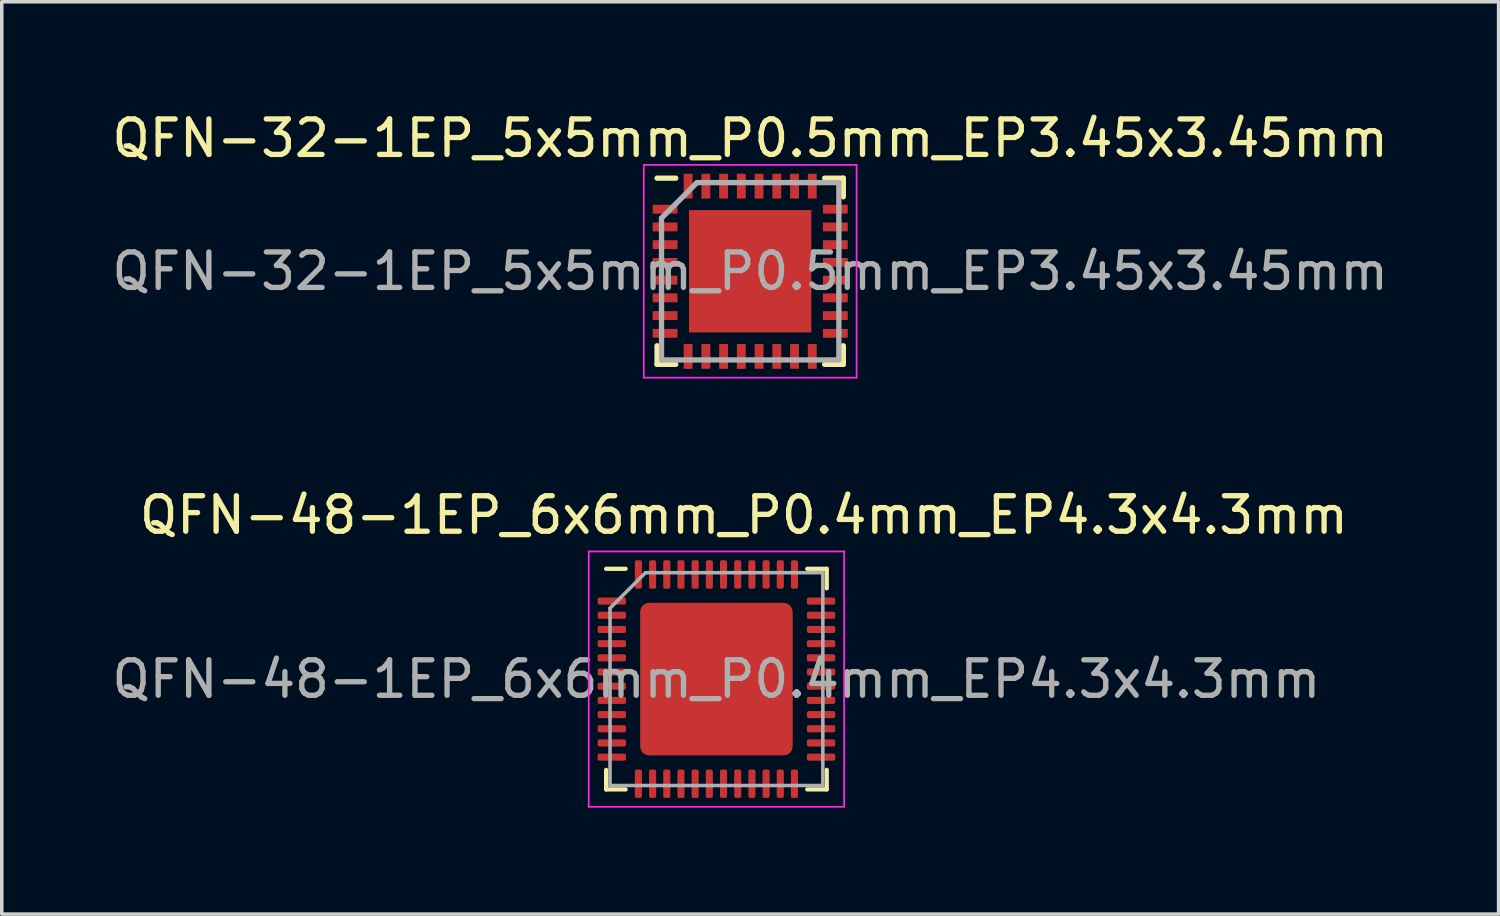
<source format=kicad_pcb>
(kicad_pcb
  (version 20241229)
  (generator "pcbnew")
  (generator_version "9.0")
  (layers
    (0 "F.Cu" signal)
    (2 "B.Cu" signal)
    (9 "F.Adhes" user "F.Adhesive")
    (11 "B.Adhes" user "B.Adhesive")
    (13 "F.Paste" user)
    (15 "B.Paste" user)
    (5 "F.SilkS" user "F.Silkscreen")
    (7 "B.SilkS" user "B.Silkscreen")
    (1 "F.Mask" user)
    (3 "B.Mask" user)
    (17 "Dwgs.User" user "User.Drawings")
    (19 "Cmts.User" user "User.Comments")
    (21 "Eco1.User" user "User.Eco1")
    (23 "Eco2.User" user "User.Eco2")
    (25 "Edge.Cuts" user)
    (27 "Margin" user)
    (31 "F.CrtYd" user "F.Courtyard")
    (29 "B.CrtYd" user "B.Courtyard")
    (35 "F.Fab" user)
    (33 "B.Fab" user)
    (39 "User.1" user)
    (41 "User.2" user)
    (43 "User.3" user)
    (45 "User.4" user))
  (footprint "QFN-32-1EP_5x5mm_P0.5mm_EP3.45x3.45mm"
    (layer "F.Cu")
    (at 18.101 4.598)
    (property "Reference" "QFN-32-1EP_5x5mm_P0.5mm_EP3.45x3.45mm" (at 0 -3.75 0) (layer "F.SilkS") (effects (font (size 1 1) (thickness 0.15))))
    (attr smd)
    (fp_line (start -2.625 -2.625) (end -2.1 -2.625) (stroke (width 0.15) (type solid)) (layer "F.SilkS"))
    (fp_line (start -2.625 2.625) (end -2.625 2.1) (stroke (width 0.15) (type solid)) (layer "F.SilkS"))
    (fp_line (start -2.625 2.625) (end -2.1 2.625) (stroke (width 0.15) (type solid)) (layer "F.SilkS"))
    (fp_line (start 2.625 -2.625) (end 2.1 -2.625) (stroke (width 0.15) (type solid)) (layer "F.SilkS"))
    (fp_line (start 2.625 -2.625) (end 2.625 -2.1) (stroke (width 0.15) (type solid)) (layer "F.SilkS"))
    (fp_line (start 2.625 2.625) (end 2.1 2.625) (stroke (width 0.15) (type solid)) (layer "F.SilkS"))
    (fp_line (start 2.625 2.625) (end 2.625 2.1) (stroke (width 0.15) (type solid)) (layer "F.SilkS"))
    (fp_line (start -3 -3) (end -3 3) (stroke (width 0.05) (type solid)) (layer "F.CrtYd"))
    (fp_line (start -3 -3) (end 3 -3) (stroke (width 0.05) (type solid)) (layer "F.CrtYd"))
    (fp_line (start -3 3) (end 3 3) (stroke (width 0.05) (type solid)) (layer "F.CrtYd"))
    (fp_line (start 3 -3) (end 3 3) (stroke (width 0.05) (type solid)) (layer "F.CrtYd"))
    (fp_line (start -2.5 -1.5) (end -1.5 -2.5) (stroke (width 0.15) (type solid)) (layer "F.Fab"))
    (fp_line (start -2.5 2.5) (end -2.5 -1.5) (stroke (width 0.15) (type solid)) (layer "F.Fab"))
    (fp_line (start -1.5 -2.5) (end 2.5 -2.5) (stroke (width 0.15) (type solid)) (layer "F.Fab"))
    (fp_line (start 2.5 -2.5) (end 2.5 2.5) (stroke (width 0.15) (type solid)) (layer "F.Fab"))
    (fp_line (start 2.5 2.5) (end -2.5 2.5) (stroke (width 0.15) (type solid)) (layer "F.Fab"))
    (fp_text user "${REFERENCE}" (at 0 0 0) (layer "F.Fab") (effects (font (size 1 1) (thickness 0.15))))
    (pad "" smd rect (at -1.15 -1.15) (size 0.92 0.92) (layers "F.Paste"))
    (pad "" smd rect (at -1.15 0) (size 0.92 0.92) (layers "F.Paste"))
    (pad "" smd rect (at -1.15 1.15) (size 0.92 0.92) (layers "F.Paste"))
    (pad "" smd rect (at 0 -1.15) (size 0.92 0.92) (layers "F.Paste"))
    (pad "" smd rect (at 0 0) (size 0.92 0.92) (layers "F.Paste"))
    (pad "" smd rect (at 0 1.15) (size 0.92 0.92) (layers "F.Paste"))
    (pad "" smd rect (at 1.15 -1.15) (size 0.92 0.92) (layers "F.Paste"))
    (pad "" smd rect (at 1.15 0) (size 0.92 0.92) (layers "F.Paste"))
    (pad "" smd rect (at 1.15 1.15) (size 0.92 0.92) (layers "F.Paste"))
    (pad "1" smd rect (at -2.4 -1.75) (size 0.7 0.25) (layers "F.Cu" "F.Mask" "F.Paste"))
    (pad "2" smd rect (at -2.4 -1.25) (size 0.7 0.25) (layers "F.Cu" "F.Mask" "F.Paste"))
    (pad "3" smd rect (at -2.4 -0.75) (size 0.7 0.25) (layers "F.Cu" "F.Mask" "F.Paste"))
    (pad "4" smd rect (at -2.4 -0.25) (size 0.7 0.25) (layers "F.Cu" "F.Mask" "F.Paste"))
    (pad "5" smd rect (at -2.4 0.25) (size 0.7 0.25) (layers "F.Cu" "F.Mask" "F.Paste"))
    (pad "6" smd rect (at -2.4 0.75) (size 0.7 0.25) (layers "F.Cu" "F.Mask" "F.Paste"))
    (pad "7" smd rect (at -2.4 1.25) (size 0.7 0.25) (layers "F.Cu" "F.Mask" "F.Paste"))
    (pad "8" smd rect (at -2.4 1.75) (size 0.7 0.25) (layers "F.Cu" "F.Mask" "F.Paste"))
    (pad "9" smd rect (at -1.75 2.4 90) (size 0.7 0.25) (layers "F.Cu" "F.Mask" "F.Paste"))
    (pad "10" smd rect (at -1.25 2.4 90) (size 0.7 0.25) (layers "F.Cu" "F.Mask" "F.Paste"))
    (pad "11" smd rect (at -0.75 2.4 90) (size 0.7 0.25) (layers "F.Cu" "F.Mask" "F.Paste"))
    (pad "12" smd rect (at -0.25 2.4 90) (size 0.7 0.25) (layers "F.Cu" "F.Mask" "F.Paste"))
    (pad "13" smd rect (at 0.25 2.4 90) (size 0.7 0.25) (layers "F.Cu" "F.Mask" "F.Paste"))
    (pad "14" smd rect (at 0.75 2.4 90) (size 0.7 0.25) (layers "F.Cu" "F.Mask" "F.Paste"))
    (pad "15" smd rect (at 1.25 2.4 90) (size 0.7 0.25) (layers "F.Cu" "F.Mask" "F.Paste"))
    (pad "16" smd rect (at 1.75 2.4 90) (size 0.7 0.25) (layers "F.Cu" "F.Mask" "F.Paste"))
    (pad "17" smd rect (at 2.4 1.75) (size 0.7 0.25) (layers "F.Cu" "F.Mask" "F.Paste"))
    (pad "18" smd rect (at 2.4 1.25) (size 0.7 0.25) (layers "F.Cu" "F.Mask" "F.Paste"))
    (pad "19" smd rect (at 2.4 0.75) (size 0.7 0.25) (layers "F.Cu" "F.Mask" "F.Paste"))
    (pad "20" smd rect (at 2.4 0.25) (size 0.7 0.25) (layers "F.Cu" "F.Mask" "F.Paste"))
    (pad "21" smd rect (at 2.4 -0.25) (size 0.7 0.25) (layers "F.Cu" "F.Mask" "F.Paste"))
    (pad "22" smd rect (at 2.4 -0.75) (size 0.7 0.25) (layers "F.Cu" "F.Mask" "F.Paste"))
    (pad "23" smd rect (at 2.4 -1.25) (size 0.7 0.25) (layers "F.Cu" "F.Mask" "F.Paste"))
    (pad "24" smd rect (at 2.4 -1.75) (size 0.7 0.25) (layers "F.Cu" "F.Mask" "F.Paste"))
    (pad "25" smd rect (at 1.75 -2.4 90) (size 0.7 0.25) (layers "F.Cu" "F.Mask" "F.Paste"))
    (pad "26" smd rect (at 1.25 -2.4 90) (size 0.7 0.25) (layers "F.Cu" "F.Mask" "F.Paste"))
    (pad "27" smd rect (at 0.75 -2.4 90) (size 0.7 0.25) (layers "F.Cu" "F.Mask" "F.Paste"))
    (pad "28" smd rect (at 0.25 -2.4 90) (size 0.7 0.25) (layers "F.Cu" "F.Mask" "F.Paste"))
    (pad "29" smd rect (at -0.25 -2.4 90) (size 0.7 0.25) (layers "F.Cu" "F.Mask" "F.Paste"))
    (pad "30" smd rect (at -0.75 -2.4 90) (size 0.7 0.25) (layers "F.Cu" "F.Mask" "F.Paste"))
    (pad "31" smd rect (at -1.25 -2.4 90) (size 0.7 0.25) (layers "F.Cu" "F.Mask" "F.Paste"))
    (pad "32" smd rect (at -1.75 -2.4 90) (size 0.7 0.25) (layers "F.Cu" "F.Mask" "F.Paste"))
    (pad "33" smd rect (at 0 0) (size 3.45 3.45) (layers "F.Cu" "F.Mask")))
  (footprint "QFN-48-1EP_6x6mm_P0.4mm_EP4.3x4.3mm"
    (layer "F.Cu")
    (at 17.149 16.097)
    (property "Reference" "QFN-48-1EP_6x6mm_P0.4mm_EP4.3x4.3mm" (at 0.775 -4.625 0) (layer "F.SilkS") (effects (font (size 1 1) (thickness 0.15))))
    (attr smd)
    (fp_line (start -3.11 3.11) (end -3.11 2.56) (stroke (width 0.12) (type solid)) (layer "F.SilkS"))
    (fp_line (start -2.56 -3.11) (end -3.11 -3.11) (stroke (width 0.12) (type solid)) (layer "F.SilkS"))
    (fp_line (start -2.56 3.11) (end -3.11 3.11) (stroke (width 0.12) (type solid)) (layer "F.SilkS"))
    (fp_line (start 2.56 -3.11) (end 3.11 -3.11) (stroke (width 0.12) (type solid)) (layer "F.SilkS"))
    (fp_line (start 2.56 3.11) (end 3.11 3.11) (stroke (width 0.12) (type solid)) (layer "F.SilkS"))
    (fp_line (start 3.11 -3.11) (end 3.11 -2.56) (stroke (width 0.12) (type solid)) (layer "F.SilkS"))
    (fp_line (start 3.11 3.11) (end 3.11 2.56) (stroke (width 0.12) (type solid)) (layer "F.SilkS"))
    (fp_line (start -3.6 -3.6) (end -3.6 3.6) (stroke (width 0.05) (type solid)) (layer "F.CrtYd"))
    (fp_line (start -3.6 3.6) (end 3.6 3.6) (stroke (width 0.05) (type solid)) (layer "F.CrtYd"))
    (fp_line (start 3.6 -3.6) (end -3.6 -3.6) (stroke (width 0.05) (type solid)) (layer "F.CrtYd"))
    (fp_line (start 3.6 3.6) (end 3.6 -3.6) (stroke (width 0.05) (type solid)) (layer "F.CrtYd"))
    (fp_line (start -3 -2) (end -2 -3) (stroke (width 0.1) (type solid)) (layer "F.Fab"))
    (fp_line (start -3 3) (end -3 -2) (stroke (width 0.1) (type solid)) (layer "F.Fab"))
    (fp_line (start -2 -3) (end 3 -3) (stroke (width 0.1) (type solid)) (layer "F.Fab"))
    (fp_line (start 3 -3) (end 3 3) (stroke (width 0.1) (type solid)) (layer "F.Fab"))
    (fp_line (start 3 3) (end -3 3) (stroke (width 0.1) (type solid)) (layer "F.Fab"))
    (fp_text user "${REFERENCE}" (at 0 0 0) (layer "F.Fab") (effects (font (size 1 1) (thickness 0.15))))
    (pad "" smd roundrect (at -1.43 -1.43) (size 1.16 1.16) (layers "F.Paste") (roundrect_rratio 0.216))
    (pad "" smd roundrect (at -1.43 0) (size 1.16 1.16) (layers "F.Paste") (roundrect_rratio 0.216))
    (pad "" smd roundrect (at -1.43 1.43) (size 1.16 1.16) (layers "F.Paste") (roundrect_rratio 0.216))
    (pad "" smd roundrect (at 0 -1.43) (size 1.16 1.16) (layers "F.Paste") (roundrect_rratio 0.216))
    (pad "" smd roundrect (at 0 0) (size 1.16 1.16) (layers "F.Paste") (roundrect_rratio 0.216))
    (pad "" smd roundrect (at 0 1.43) (size 1.16 1.16) (layers "F.Paste") (roundrect_rratio 0.216))
    (pad "" smd roundrect (at 1.43 -1.43) (size 1.16 1.16) (layers "F.Paste") (roundrect_rratio 0.216))
    (pad "" smd roundrect (at 1.43 0) (size 1.16 1.16) (layers "F.Paste") (roundrect_rratio 0.216))
    (pad "" smd roundrect (at 1.43 1.43) (size 1.16 1.16) (layers "F.Paste") (roundrect_rratio 0.216))
    (pad "1" smd roundrect (at -2.95 -2.2) (size 0.8 0.2) (layers "F.Cu" "F.Mask" "F.Paste") (roundrect_rratio 0.25))
    (pad "2" smd roundrect (at -2.95 -1.8) (size 0.8 0.2) (layers "F.Cu" "F.Mask" "F.Paste") (roundrect_rratio 0.25))
    (pad "3" smd roundrect (at -2.95 -1.4) (size 0.8 0.2) (layers "F.Cu" "F.Mask" "F.Paste") (roundrect_rratio 0.25))
    (pad "4" smd roundrect (at -2.95 -1) (size 0.8 0.2) (layers "F.Cu" "F.Mask" "F.Paste") (roundrect_rratio 0.25))
    (pad "5" smd roundrect (at -2.95 -0.6) (size 0.8 0.2) (layers "F.Cu" "F.Mask" "F.Paste") (roundrect_rratio 0.25))
    (pad "6" smd roundrect (at -2.95 -0.2) (size 0.8 0.2) (layers "F.Cu" "F.Mask" "F.Paste") (roundrect_rratio 0.25))
    (pad "7" smd roundrect (at -2.95 0.2) (size 0.8 0.2) (layers "F.Cu" "F.Mask" "F.Paste") (roundrect_rratio 0.25))
    (pad "8" smd roundrect (at -2.95 0.6) (size 0.8 0.2) (layers "F.Cu" "F.Mask" "F.Paste") (roundrect_rratio 0.25))
    (pad "9" smd roundrect (at -2.95 1) (size 0.8 0.2) (layers "F.Cu" "F.Mask" "F.Paste") (roundrect_rratio 0.25))
    (pad "10" smd roundrect (at -2.95 1.4) (size 0.8 0.2) (layers "F.Cu" "F.Mask" "F.Paste") (roundrect_rratio 0.25))
    (pad "11" smd roundrect (at -2.95 1.8) (size 0.8 0.2) (layers "F.Cu" "F.Mask" "F.Paste") (roundrect_rratio 0.25))
    (pad "12" smd roundrect (at -2.95 2.2) (size 0.8 0.2) (layers "F.Cu" "F.Mask" "F.Paste") (roundrect_rratio 0.25))
    (pad "13" smd roundrect (at -2.2 2.95) (size 0.2 0.8) (layers "F.Cu" "F.Mask" "F.Paste") (roundrect_rratio 0.25))
    (pad "14" smd roundrect (at -1.8 2.95) (size 0.2 0.8) (layers "F.Cu" "F.Mask" "F.Paste") (roundrect_rratio 0.25))
    (pad "15" smd roundrect (at -1.4 2.95) (size 0.2 0.8) (layers "F.Cu" "F.Mask" "F.Paste") (roundrect_rratio 0.25))
    (pad "16" smd roundrect (at -1 2.95) (size 0.2 0.8) (layers "F.Cu" "F.Mask" "F.Paste") (roundrect_rratio 0.25))
    (pad "17" smd roundrect (at -0.6 2.95) (size 0.2 0.8) (layers "F.Cu" "F.Mask" "F.Paste") (roundrect_rratio 0.25))
    (pad "18" smd roundrect (at -0.2 2.95) (size 0.2 0.8) (layers "F.Cu" "F.Mask" "F.Paste") (roundrect_rratio 0.25))
    (pad "19" smd roundrect (at 0.2 2.95) (size 0.2 0.8) (layers "F.Cu" "F.Mask" "F.Paste") (roundrect_rratio 0.25))
    (pad "20" smd roundrect (at 0.6 2.95) (size 0.2 0.8) (layers "F.Cu" "F.Mask" "F.Paste") (roundrect_rratio 0.25))
    (pad "21" smd roundrect (at 1 2.95) (size 0.2 0.8) (layers "F.Cu" "F.Mask" "F.Paste") (roundrect_rratio 0.25))
    (pad "22" smd roundrect (at 1.4 2.95) (size 0.2 0.8) (layers "F.Cu" "F.Mask" "F.Paste") (roundrect_rratio 0.25))
    (pad "23" smd roundrect (at 1.8 2.95) (size 0.2 0.8) (layers "F.Cu" "F.Mask" "F.Paste") (roundrect_rratio 0.25))
    (pad "24" smd roundrect (at 2.2 2.95) (size 0.2 0.8) (layers "F.Cu" "F.Mask" "F.Paste") (roundrect_rratio 0.25))
    (pad "25" smd roundrect (at 2.95 2.2) (size 0.8 0.2) (layers "F.Cu" "F.Mask" "F.Paste") (roundrect_rratio 0.25))
    (pad "26" smd roundrect (at 2.95 1.8) (size 0.8 0.2) (layers "F.Cu" "F.Mask" "F.Paste") (roundrect_rratio 0.25))
    (pad "27" smd roundrect (at 2.95 1.4) (size 0.8 0.2) (layers "F.Cu" "F.Mask" "F.Paste") (roundrect_rratio 0.25))
    (pad "28" smd roundrect (at 2.95 1) (size 0.8 0.2) (layers "F.Cu" "F.Mask" "F.Paste") (roundrect_rratio 0.25))
    (pad "29" smd roundrect (at 2.95 0.6) (size 0.8 0.2) (layers "F.Cu" "F.Mask" "F.Paste") (roundrect_rratio 0.25))
    (pad "30" smd roundrect (at 2.95 0.2) (size 0.8 0.2) (layers "F.Cu" "F.Mask" "F.Paste") (roundrect_rratio 0.25))
    (pad "31" smd roundrect (at 2.95 -0.2) (size 0.8 0.2) (layers "F.Cu" "F.Mask" "F.Paste") (roundrect_rratio 0.25))
    (pad "32" smd roundrect (at 2.95 -0.6) (size 0.8 0.2) (layers "F.Cu" "F.Mask" "F.Paste") (roundrect_rratio 0.25))
    (pad "33" smd roundrect (at 2.95 -1) (size 0.8 0.2) (layers "F.Cu" "F.Mask" "F.Paste") (roundrect_rratio 0.25))
    (pad "34" smd roundrect (at 2.95 -1.4) (size 0.8 0.2) (layers "F.Cu" "F.Mask" "F.Paste") (roundrect_rratio 0.25))
    (pad "35" smd roundrect (at 2.95 -1.8) (size 0.8 0.2) (layers "F.Cu" "F.Mask" "F.Paste") (roundrect_rratio 0.25))
    (pad "36" smd roundrect (at 2.95 -2.2) (size 0.8 0.2) (layers "F.Cu" "F.Mask" "F.Paste") (roundrect_rratio 0.25))
    (pad "37" smd roundrect (at 2.2 -2.95) (size 0.2 0.8) (layers "F.Cu" "F.Mask" "F.Paste") (roundrect_rratio 0.25))
    (pad "38" smd roundrect (at 1.8 -2.95) (size 0.2 0.8) (layers "F.Cu" "F.Mask" "F.Paste") (roundrect_rratio 0.25))
    (pad "39" smd roundrect (at 1.4 -2.95) (size 0.2 0.8) (layers "F.Cu" "F.Mask" "F.Paste") (roundrect_rratio 0.25))
    (pad "40" smd roundrect (at 1 -2.95) (size 0.2 0.8) (layers "F.Cu" "F.Mask" "F.Paste") (roundrect_rratio 0.25))
    (pad "41" smd roundrect (at 0.6 -2.95) (size 0.2 0.8) (layers "F.Cu" "F.Mask" "F.Paste") (roundrect_rratio 0.25))
    (pad "42" smd roundrect (at 0.2 -2.95) (size 0.2 0.8) (layers "F.Cu" "F.Mask" "F.Paste") (roundrect_rratio 0.25))
    (pad "43" smd roundrect (at -0.2 -2.95) (size 0.2 0.8) (layers "F.Cu" "F.Mask" "F.Paste") (roundrect_rratio 0.25))
    (pad "44" smd roundrect (at -0.6 -2.95) (size 0.2 0.8) (layers "F.Cu" "F.Mask" "F.Paste") (roundrect_rratio 0.25))
    (pad "45" smd roundrect (at -1 -2.95) (size 0.2 0.8) (layers "F.Cu" "F.Mask" "F.Paste") (roundrect_rratio 0.25))
    (pad "46" smd roundrect (at -1.4 -2.95) (size 0.2 0.8) (layers "F.Cu" "F.Mask" "F.Paste") (roundrect_rratio 0.25))
    (pad "47" smd roundrect (at -1.8 -2.95) (size 0.2 0.8) (layers "F.Cu" "F.Mask" "F.Paste") (roundrect_rratio 0.25))
    (pad "48" smd roundrect (at -2.2 -2.95) (size 0.2 0.8) (layers "F.Cu" "F.Mask" "F.Paste") (roundrect_rratio 0.25))
    (pad "49" smd roundrect (at 0 0) (size 4.3 4.3) (layers "F.Cu" "F.Mask") (roundrect_rratio 0.058)))
  (gr_rect
    (start -3 -3)
    (end 39.202 22.722)
    (stroke (width 0.1) (type default))
    (fill no)
    (layer "Edge.Cuts")))
</source>
